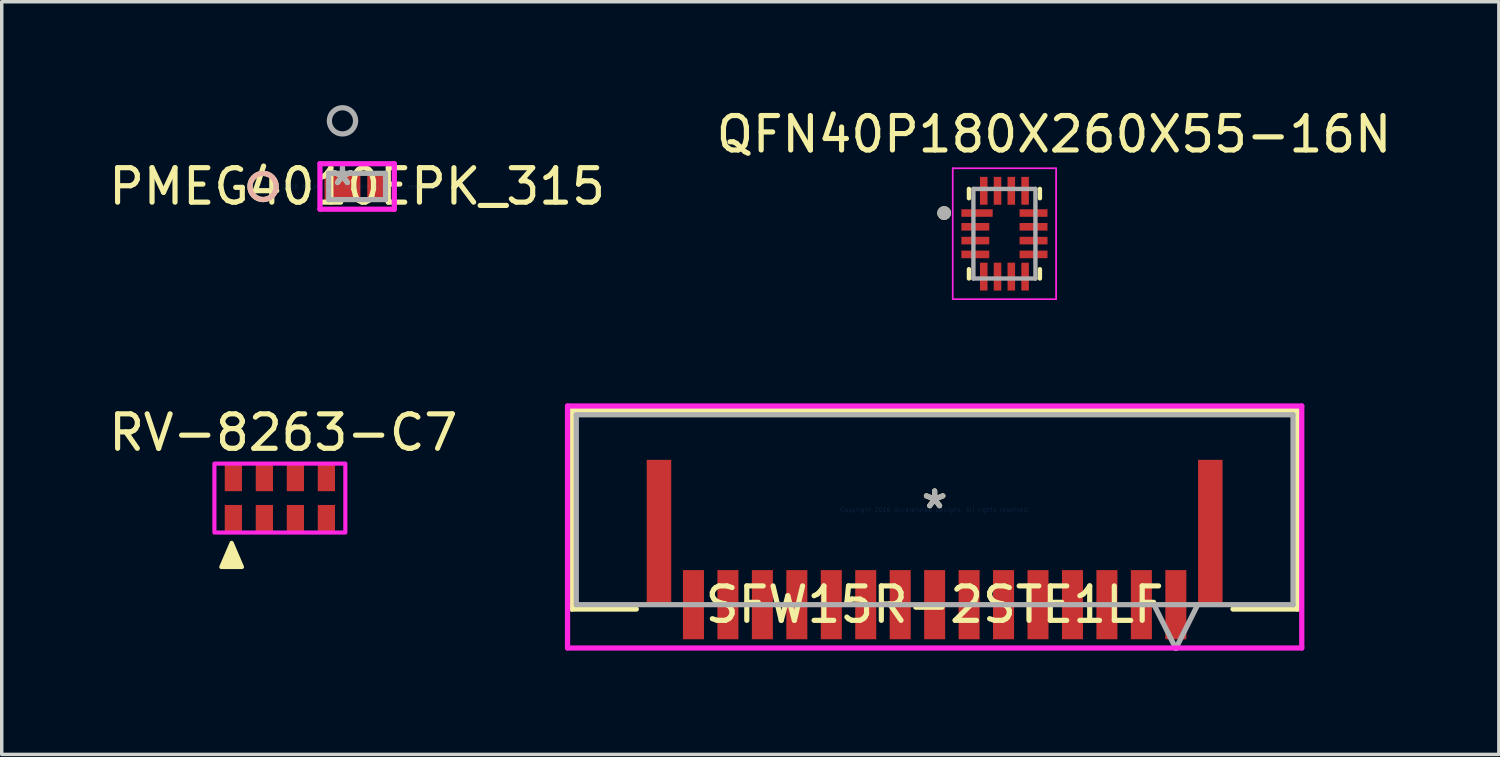
<source format=kicad_pcb>
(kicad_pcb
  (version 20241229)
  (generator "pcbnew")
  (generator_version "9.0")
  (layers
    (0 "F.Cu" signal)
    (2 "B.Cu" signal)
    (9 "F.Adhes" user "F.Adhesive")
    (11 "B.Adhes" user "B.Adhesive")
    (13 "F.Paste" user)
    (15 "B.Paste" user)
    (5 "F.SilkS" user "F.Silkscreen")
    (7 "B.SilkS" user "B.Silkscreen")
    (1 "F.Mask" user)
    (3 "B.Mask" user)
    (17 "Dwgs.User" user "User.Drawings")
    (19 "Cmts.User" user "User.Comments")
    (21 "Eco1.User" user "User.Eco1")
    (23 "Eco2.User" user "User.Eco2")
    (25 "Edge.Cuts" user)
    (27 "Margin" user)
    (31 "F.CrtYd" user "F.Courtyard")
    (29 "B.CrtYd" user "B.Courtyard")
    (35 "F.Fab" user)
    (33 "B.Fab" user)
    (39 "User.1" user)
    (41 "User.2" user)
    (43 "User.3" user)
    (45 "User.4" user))
  (footprint "QFN40P180X260X55-16N"
    (layer "F.Cu")
    (at 26.102 3.733)
    (property "Reference" "QFN40P180X260X55-16N" (at 1.44 -2.885 0) (layer "F.SilkS") (effects (font (size 1 1) (thickness 0.15))))
    (attr smd)
    (fp_line (start -1.03 -1.3) (end -1.03 -1.03) (stroke (width 0.127) (type solid)) (layer "F.SilkS"))
    (fp_line (start -1.03 1.3) (end -1.03 1.03) (stroke (width 0.127) (type solid)) (layer "F.SilkS"))
    (fp_line (start 1.03 -1.3) (end 1.03 -1.03) (stroke (width 0.127) (type solid)) (layer "F.SilkS"))
    (fp_line (start 1.03 1.3) (end 1.03 1.03) (stroke (width 0.127) (type solid)) (layer "F.SilkS"))
    (fp_circle (center -1.75 -0.6) (end -1.65 -0.6) (stroke (width 0.2) (type solid)) (fill no) (layer "F.SilkS"))
    (fp_line (start -1.5 1.9) (end -1.5 -1.9) (stroke (width 0.05) (type solid)) (layer "F.CrtYd"))
    (fp_line (start 1.5 -1.9) (end -1.5 -1.9) (stroke (width 0.05) (type solid)) (layer "F.CrtYd"))
    (fp_line (start 1.5 1.9) (end -1.5 1.9) (stroke (width 0.05) (type solid)) (layer "F.CrtYd"))
    (fp_line (start 1.5 1.9) (end 1.5 -1.9) (stroke (width 0.05) (type solid)) (layer "F.CrtYd"))
    (fp_line (start -0.9 -1.3) (end -0.9 1.3) (stroke (width 0.127) (type solid)) (layer "F.Fab"))
    (fp_line (start 0.9 -1.3) (end -0.9 -1.3) (stroke (width 0.127) (type solid)) (layer "F.Fab"))
    (fp_line (start 0.9 -1.3) (end 0.9 1.3) (stroke (width 0.127) (type solid)) (layer "F.Fab"))
    (fp_line (start 0.9 1.3) (end -0.9 1.3) (stroke (width 0.127) (type solid)) (layer "F.Fab"))
    (fp_circle (center -1.75 -0.6) (end -1.65 -0.6) (stroke (width 0.2) (type solid)) (fill no) (layer "F.Fab"))
    (pad "1" smd roundrect (at -0.795 -0.6 180) (size 0.91 0.22) (layers "F.Cu" "F.Mask" "F.Paste") (roundrect_rratio 0.03))
    (pad "2" smd roundrect (at -0.845 -0.2 180) (size 0.81 0.22) (layers "F.Cu" "F.Mask" "F.Paste") (roundrect_rratio 0.03))
    (pad "3" smd roundrect (at -0.845 0.2 180) (size 0.81 0.22) (layers "F.Cu" "F.Mask" "F.Paste") (roundrect_rratio 0.03))
    (pad "4" smd roundrect (at -0.845 0.6 180) (size 0.81 0.22) (layers "F.Cu" "F.Mask" "F.Paste") (roundrect_rratio 0.03))
    (pad "5" smd roundrect (at -0.6 1.245 90) (size 0.81 0.22) (layers "F.Cu" "F.Mask" "F.Paste") (roundrect_rratio 0.03))
    (pad "6" smd roundrect (at -0.2 1.245 90) (size 0.81 0.22) (layers "F.Cu" "F.Mask" "F.Paste") (roundrect_rratio 0.03))
    (pad "7" smd roundrect (at 0.2 1.245 90) (size 0.81 0.22) (layers "F.Cu" "F.Mask" "F.Paste") (roundrect_rratio 0.03))
    (pad "8" smd roundrect (at 0.6 1.245 90) (size 0.81 0.22) (layers "F.Cu" "F.Mask" "F.Paste") (roundrect_rratio 0.03))
    (pad "9" smd roundrect (at 0.845 0.6 180) (size 0.81 0.22) (layers "F.Cu" "F.Mask" "F.Paste") (roundrect_rratio 0.03))
    (pad "10" smd roundrect (at 0.845 0.2 180) (size 0.81 0.22) (layers "F.Cu" "F.Mask" "F.Paste") (roundrect_rratio 0.03))
    (pad "11" smd roundrect (at 0.845 -0.2 180) (size 0.81 0.22) (layers "F.Cu" "F.Mask" "F.Paste") (roundrect_rratio 0.03))
    (pad "12" smd roundrect (at 0.845 -0.6 180) (size 0.81 0.22) (layers "F.Cu" "F.Mask" "F.Paste") (roundrect_rratio 0.03))
    (pad "13" smd roundrect (at 0.6 -1.245 90) (size 0.81 0.22) (layers "F.Cu" "F.Mask" "F.Paste") (roundrect_rratio 0.03))
    (pad "14" smd roundrect (at 0.2 -1.245 90) (size 0.81 0.22) (layers "F.Cu" "F.Mask" "F.Paste") (roundrect_rratio 0.03))
    (pad "15" smd roundrect (at -0.2 -1.245 90) (size 0.81 0.22) (layers "F.Cu" "F.Mask" "F.Paste") (roundrect_rratio 0.03))
    (pad "16" smd roundrect (at -0.6 -1.245 90) (size 0.81 0.22) (layers "F.Cu" "F.Mask" "F.Paste") (roundrect_rratio 0.03)))
  (footprint "SFW15R-2STE1LF"
    (layer "F.Cu")
    (at 24.077 11.744)
    (property "Reference" "SFW15R-2STE1LF" (at 0 2.756 0) (layer "F.SilkS") (effects (font (size 1 1) (thickness 0.15))))
    (attr through_hole)
    (fp_line (start -10.528 -2.883) (end -10.528 2.883) (stroke (width 0.152) (type solid)) (layer "F.SilkS"))
    (fp_line (start -10.528 2.883) (end -8.659 2.883) (stroke (width 0.152) (type solid)) (layer "F.SilkS"))
    (fp_line (start 8.659 2.883) (end 10.528 2.883) (stroke (width 0.152) (type solid)) (layer "F.SilkS"))
    (fp_line (start 10.528 -2.883) (end -10.528 -2.883) (stroke (width 0.152) (type solid)) (layer "F.SilkS"))
    (fp_line (start 10.528 2.883) (end 10.528 -2.883) (stroke (width 0.152) (type solid)) (layer "F.SilkS"))
    (fp_line (start -10.655 -3.01) (end -10.655 4.013) (stroke (width 0.152) (type solid)) (layer "F.CrtYd"))
    (fp_line (start -10.655 4.013) (end 10.655 4.013) (stroke (width 0.152) (type solid)) (layer "F.CrtYd"))
    (fp_line (start 10.655 -3.01) (end -10.655 -3.01) (stroke (width 0.152) (type solid)) (layer "F.CrtYd"))
    (fp_line (start 10.655 4.013) (end 10.655 -3.01) (stroke (width 0.152) (type solid)) (layer "F.CrtYd"))
    (fp_line (start -10.401 -2.756) (end -10.401 2.756) (stroke (width 0.152) (type solid)) (layer "F.Fab"))
    (fp_line (start -10.401 2.756) (end 10.401 2.756) (stroke (width 0.152) (type solid)) (layer "F.Fab"))
    (fp_line (start 6.365 2.756) (end 7 4.026) (stroke (width 0.152) (type solid)) (layer "F.Fab"))
    (fp_line (start 7.635 2.756) (end 7 4.026) (stroke (width 0.152) (type solid)) (layer "F.Fab"))
    (fp_line (start 10.401 -2.756) (end -10.401 -2.756) (stroke (width 0.152) (type solid)) (layer "F.Fab"))
    (fp_line (start 10.401 2.756) (end 10.401 -2.756) (stroke (width 0.152) (type solid)) (layer "F.Fab"))
    (fp_text user "*" (at 0 0 0) (layer "F.SilkS") (effects (font (size 1 1) (thickness 0.15))))
    (fp_text user "Copyright 2016 Accelerated Designs. All rights reserved." (at 0 0 0) (layer "Cmts.User") (effects (font (size 0.127 0.127) (thickness 0.002))))
    (fp_text user "*" (at 0 0 0) (layer "F.Fab") (effects (font (size 1 1) (thickness 0.15))))
    (pad "1" smd rect (at 7 2.756) (size 0.61 2.007) (layers "F.Cu" "F.Mask" "F.Paste"))
    (pad "2" smd rect (at 6 2.756) (size 0.61 2.007) (layers "F.Cu" "F.Mask" "F.Paste"))
    (pad "3" smd rect (at 5 2.756) (size 0.61 2.007) (layers "F.Cu" "F.Mask" "F.Paste"))
    (pad "4" smd rect (at 4 2.756) (size 0.61 2.007) (layers "F.Cu" "F.Mask" "F.Paste"))
    (pad "5" smd rect (at 3 2.756) (size 0.61 2.007) (layers "F.Cu" "F.Mask" "F.Paste"))
    (pad "6" smd rect (at 2 2.756) (size 0.61 2.007) (layers "F.Cu" "F.Mask" "F.Paste"))
    (pad "7" smd rect (at 1 2.756) (size 0.61 2.007) (layers "F.Cu" "F.Mask" "F.Paste"))
    (pad "8" smd rect (at 0 2.756) (size 0.61 2.007) (layers "F.Cu" "F.Mask" "F.Paste"))
    (pad "9" smd rect (at -1 2.756) (size 0.61 2.007) (layers "F.Cu" "F.Mask" "F.Paste"))
    (pad "10" smd rect (at -2 2.756) (size 0.61 2.007) (layers "F.Cu" "F.Mask" "F.Paste"))
    (pad "11" smd rect (at -3 2.756) (size 0.61 2.007) (layers "F.Cu" "F.Mask" "F.Paste"))
    (pad "12" smd rect (at -4 2.756) (size 0.61 2.007) (layers "F.Cu" "F.Mask" "F.Paste"))
    (pad "13" smd rect (at -5 2.756) (size 0.61 2.007) (layers "F.Cu" "F.Mask" "F.Paste"))
    (pad "14" smd rect (at -6 2.756) (size 0.61 2.007) (layers "F.Cu" "F.Mask" "F.Paste"))
    (pad "15" smd rect (at -7 2.756) (size 0.61 2.007) (layers "F.Cu" "F.Mask" "F.Paste"))
    (pad "16" smd rect (at -8.001 0.648) (size 0.711 4.191) (layers "F.Cu" "F.Mask" "F.Paste"))
    (pad "17" smd rect (at 8.001 0.648) (size 0.711 4.191) (layers "F.Cu" "F.Mask" "F.Paste")))
  (footprint "PMEG4010EPK_315"
    (layer "F.Cu")
    (at 6.89 2.362)
    (property "Reference" "PMEG4010EPK_315" (at 0.425 0 0) (layer "F.SilkS") (effects (font (size 1 1) (thickness 0.15))))
    (attr through_hole)
    (fp_circle (center -2.305 0) (end -1.925 0) (stroke (width 0.152) (type solid)) (fill no) (layer "F.SilkS"))
    (fp_circle (center -2.305 0) (end -1.925 0) (stroke (width 0.152) (type solid)) (fill no) (layer "B.SilkS"))
    (fp_line (start -0.654 -0.66) (end -0.654 0.66) (stroke (width 0.152) (type solid)) (layer "F.CrtYd"))
    (fp_line (start -0.654 0.66) (end 1.504 0.66) (stroke (width 0.152) (type solid)) (layer "F.CrtYd"))
    (fp_line (start 1.504 -0.66) (end -0.654 -0.66) (stroke (width 0.152) (type solid)) (layer "F.CrtYd"))
    (fp_line (start 1.504 0.66) (end 1.504 -0.66) (stroke (width 0.152) (type solid)) (layer "F.CrtYd"))
    (fp_line (start -0.401 -0.381) (end -0.401 0.381) (stroke (width 0.152) (type solid)) (layer "F.Fab"))
    (fp_line (start -0.401 0.381) (end 1.25 0.381) (stroke (width 0.152) (type solid)) (layer "F.Fab"))
    (fp_line (start 1.25 -0.381) (end -0.401 -0.381) (stroke (width 0.152) (type solid)) (layer "F.Fab"))
    (fp_line (start 1.25 0.381) (end 1.25 -0.381) (stroke (width 0.152) (type solid)) (layer "F.Fab"))
    (fp_circle (center 0 -1.905) (end 0.381 -1.905) (stroke (width 0.152) (type solid)) (fill no) (layer "F.Fab"))
    (fp_text user "*" (at 0 0 0) (layer "F.SilkS") (effects (font (size 1 1) (thickness 0.15))))
    (fp_text user "Copyright 2016 Accelerated Designs. All rights reserved." (at 0 0 0) (layer "Cmts.User") (effects (font (size 0.127 0.127) (thickness 0.002))))
    (fp_text user "*" (at 0 0 0) (layer "F.Fab") (effects (font (size 1 1) (thickness 0.15))))
    (pad "1" smd rect (at 0 0) (size 1.041 0.813) (layers "F.Cu" "F.Mask" "F.Paste"))
    (pad "2" smd rect (at 1.05 0) (size 0.66 0.813) (layers "F.Cu" "F.Mask" "F.Paste")))
  (footprint "RV-8263-C7"
    (layer "F.Cu")
    (at 5.073 11.406)
    (property "Reference" "RV-8263-C7" (at 0.1 -1.9 0) (unlocked yes) (layer "F.SilkS") (effects (font (size 1 1) (thickness 0.15))))
    (attr smd)
    (fp_poly (pts (xy -1.1 2) (xy -1.7 2) (xy -1.4 1.3)) (stroke (width 0.12) (type solid)) (fill yes) (layer "F.SilkS"))
    (fp_rect (start -1.9 -1) (end 1.9 1) (stroke (width 0.12) (type solid)) (fill no) (layer "F.CrtYd"))
    (pad "1" smd rect (at -1.35 0.6 180) (size 0.5 0.8) (layers "F.Cu" "F.Mask" "F.Paste"))
    (pad "2" smd rect (at -0.45 0.6 180) (size 0.5 0.8) (layers "F.Cu" "F.Mask" "F.Paste"))
    (pad "3" smd rect (at 0.45 0.6 180) (size 0.5 0.8) (layers "F.Cu" "F.Mask" "F.Paste"))
    (pad "4" smd rect (at 1.35 0.6 180) (size 0.5 0.8) (layers "F.Cu" "F.Mask" "F.Paste"))
    (pad "5" smd rect (at 1.35 -0.6 180) (size 0.5 0.8) (layers "F.Cu" "F.Mask" "F.Paste"))
    (pad "6" smd rect (at 0.45 -0.6 180) (size 0.5 0.8) (layers "F.Cu" "F.Mask" "F.Paste"))
    (pad "7" smd rect (at -0.45 -0.6 180) (size 0.5 0.8) (layers "F.Cu" "F.Mask" "F.Paste"))
    (pad "8" smd rect (at -1.35 -0.6 180) (size 0.5 0.8) (layers "F.Cu" "F.Mask" "F.Paste")))
  (gr_rect
    (start -3 -3)
    (end 40.452 18.846)
    (stroke (width 0.1) (type default))
    (fill no)
    (layer "Edge.Cuts")))
</source>
